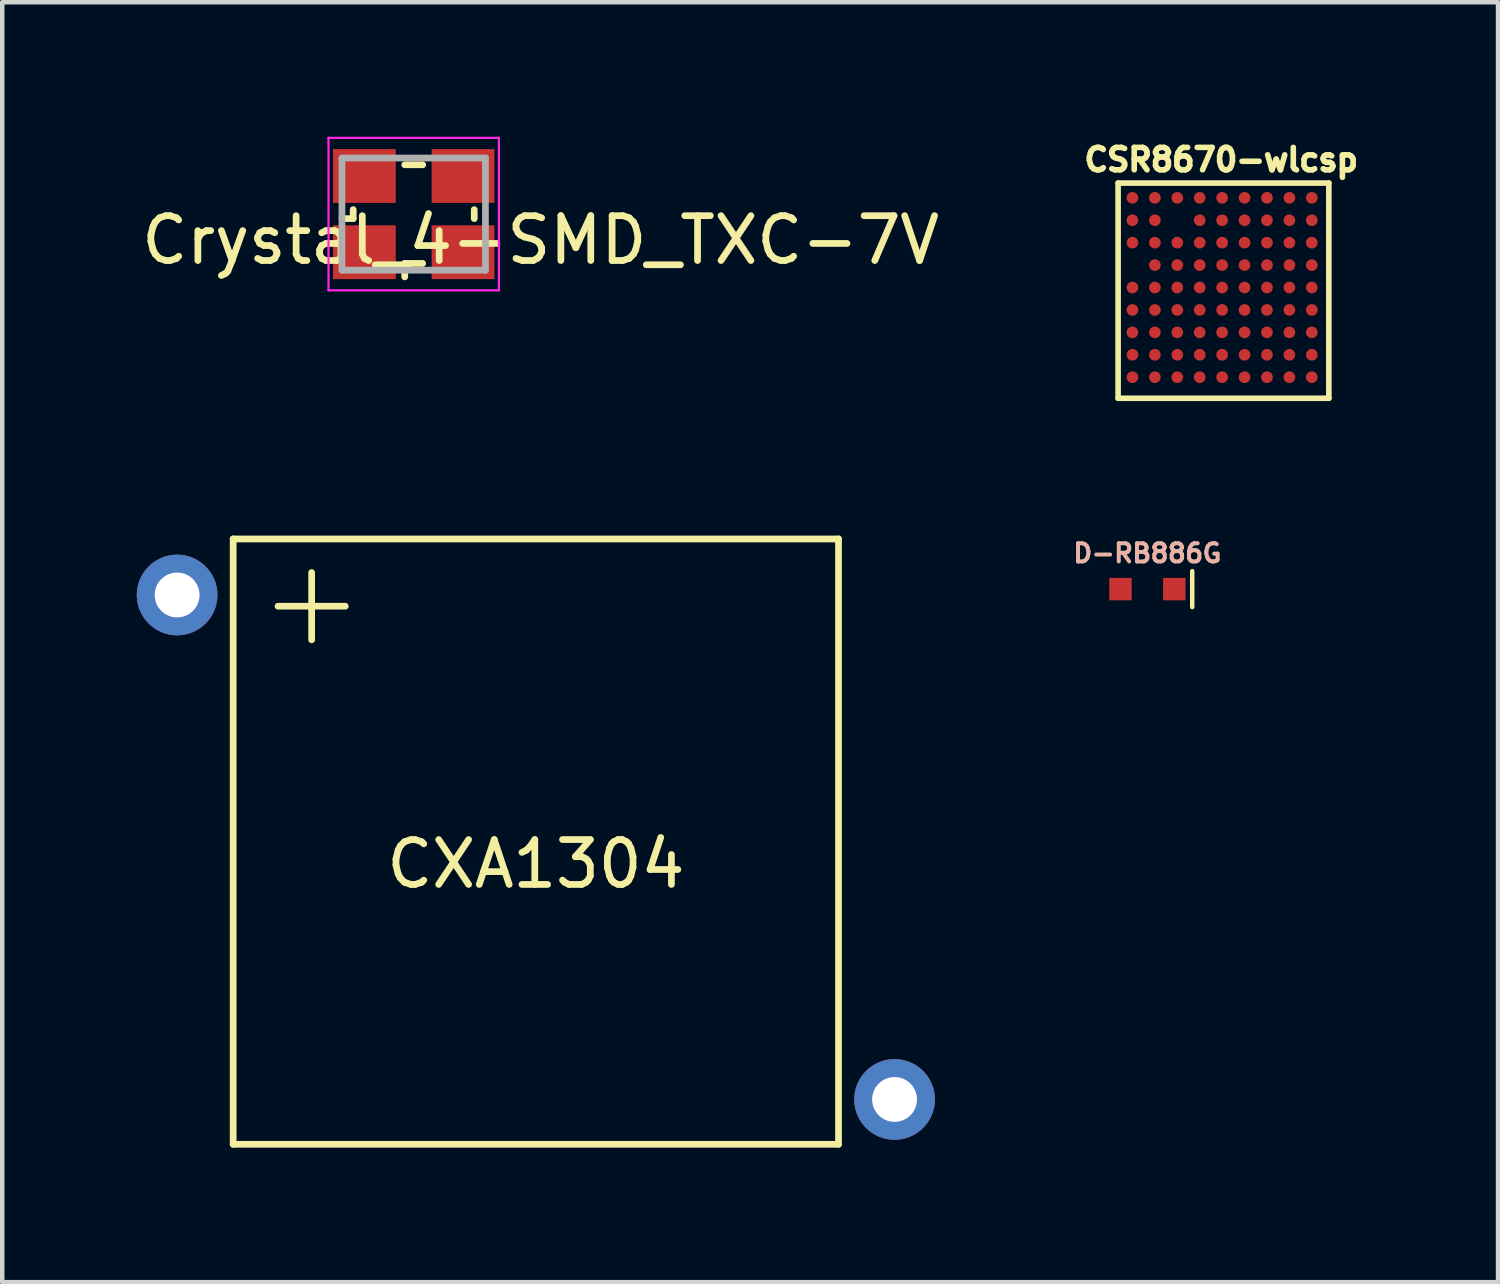
<source format=kicad_pcb>
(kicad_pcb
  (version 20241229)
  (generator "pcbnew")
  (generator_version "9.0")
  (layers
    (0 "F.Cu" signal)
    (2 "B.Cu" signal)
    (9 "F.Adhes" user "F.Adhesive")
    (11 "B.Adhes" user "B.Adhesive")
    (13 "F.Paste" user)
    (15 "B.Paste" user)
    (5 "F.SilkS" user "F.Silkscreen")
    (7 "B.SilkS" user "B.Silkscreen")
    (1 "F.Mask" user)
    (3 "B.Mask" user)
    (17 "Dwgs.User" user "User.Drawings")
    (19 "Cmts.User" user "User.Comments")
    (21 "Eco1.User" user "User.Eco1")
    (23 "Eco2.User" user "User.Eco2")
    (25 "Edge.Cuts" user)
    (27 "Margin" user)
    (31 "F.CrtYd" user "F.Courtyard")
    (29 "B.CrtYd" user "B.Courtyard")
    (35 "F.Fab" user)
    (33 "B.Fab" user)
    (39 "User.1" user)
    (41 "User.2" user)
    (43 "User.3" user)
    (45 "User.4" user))
  (footprint "D-RB886G"
    (layer "F.Cu")
    (at 22.538 10.088)
    (property "Reference" "D-RB886G" (at 0 -0.8 0) (layer "B.SilkS") (effects (font (size 0.406 0.406) (thickness 0.089))))
    (attr smd)
    (fp_line (start 1 -0.4) (end 1 0.4) (stroke (width 0.1) (type solid)) (layer "F.SilkS"))
    (pad "A" smd rect (at -0.6 0) (size 0.5 0.5) (layers "F.Cu" "F.Mask" "F.Paste"))
    (pad "C" smd rect (at 0.6 0) (size 0.5 0.5) (layers "F.Cu" "F.Mask" "F.Paste")))
  (footprint "Crystal_4-SMD_TXC-7V"
    (layer "F.Cu")
    (at 6.176 1.725)
    (property "Reference" "Crystal_4-SMD_TXC-7V" (at 2.83 0.58 180) (layer "F.SilkS") (effects (font (size 1 1) (thickness 0.15))))
    (attr smd)
    (fp_line (start -1.35 0.1) (end -1.6 0.1) (stroke (width 0.15) (type solid)) (layer "F.SilkS"))
    (fp_line (start -1.35 0.1) (end -1.35 -0.1) (stroke (width 0.15) (type solid)) (layer "F.SilkS"))
    (fp_line (start -0.2 -1.1) (end 0.2 -1.1) (stroke (width 0.15) (type solid)) (layer "F.SilkS"))
    (fp_line (start -0.2 1.1) (end -0.2 1.4) (stroke (width 0.15) (type solid)) (layer "F.SilkS"))
    (fp_line (start 0.2 1.1) (end -0.2 1.1) (stroke (width 0.15) (type solid)) (layer "F.SilkS"))
    (fp_line (start 1.35 0.1) (end 1.35 -0.1) (stroke (width 0.15) (type solid)) (layer "F.SilkS"))
    (fp_line (start -1.9 -1.7) (end -1.9 1.7) (stroke (width 0.05) (type solid)) (layer "F.CrtYd"))
    (fp_line (start -1.9 1.7) (end 1.9 1.7) (stroke (width 0.05) (type solid)) (layer "F.CrtYd"))
    (fp_line (start 1.9 -1.7) (end -1.9 -1.7) (stroke (width 0.05) (type solid)) (layer "F.CrtYd"))
    (fp_line (start 1.9 1.7) (end 1.9 -1.7) (stroke (width 0.05) (type solid)) (layer "F.CrtYd"))
    (fp_line (start -1.6 -1.25) (end -1.6 1.25) (stroke (width 0.15) (type solid)) (layer "F.Fab"))
    (fp_line (start -1.6 1.25) (end 1.6 1.25) (stroke (width 0.15) (type solid)) (layer "F.Fab"))
    (fp_line (start 1.6 -1.25) (end -1.6 -1.25) (stroke (width 0.15) (type solid)) (layer "F.Fab"))
    (fp_line (start 1.6 1.25) (end 1.6 -1.25) (stroke (width 0.15) (type solid)) (layer "F.Fab"))
    (pad "1" smd rect (at -1.1 0.85) (size 1.4 1.2) (layers "F.Cu" "F.Mask" "F.Paste"))
    (pad "2" smd rect (at 1.1 -0.85) (size 1.4 1.2) (layers "F.Cu" "F.Mask" "F.Paste"))
    (pad "3" smd rect (at -1.1 -0.85) (size 1.4 1.2) (layers "F.Cu" "F.Mask" "F.Paste"))
    (pad "3" smd rect (at 1.1 0.85) (size 1.4 1.2) (layers "F.Cu" "F.Mask" "F.Paste")))
  (footprint "CXA1304"
    (layer "F.Cu")
    (at 8.9 15.719)
    (property "Reference" "CXA1304" (at 0 0.5 0) (layer "F.SilkS") (effects (font (size 1 1) (thickness 0.15))))
    (attr through_hole)
    (fp_line (start -6.75 -6.75) (end 6.75 -6.75) (stroke (width 0.15) (type solid)) (layer "F.SilkS"))
    (fp_line (start -6.75 6.75) (end -6.75 -6.75) (stroke (width 0.15) (type solid)) (layer "F.SilkS"))
    (fp_line (start -5.75 -5.25) (end -4.25 -5.25) (stroke (width 0.15) (type solid)) (layer "F.SilkS"))
    (fp_line (start -5 -6) (end -5 -4.5) (stroke (width 0.15) (type solid)) (layer "F.SilkS"))
    (fp_line (start 6.75 -6.75) (end 6.75 6.75) (stroke (width 0.15) (type solid)) (layer "F.SilkS"))
    (fp_line (start 6.75 6.75) (end -6.75 6.75) (stroke (width 0.15) (type solid)) (layer "F.SilkS"))
    (pad "1" thru_hole circle (at -8 -5.5) (size 1.8 1.8) (drill 1) (layers "*.Cu" "*.Mask"))
    (pad "2" thru_hole circle (at 8 5.75) (size 1.8 1.8) (drill 1) (layers "*.Cu" "*.Mask")))
  (footprint "CSR8670-wlcsp"
    (layer "F.Cu")
    (at 24.235 3.482)
    (property "Reference" "CSR8670-wlcsp" (at -0.05 -2.97 0) (layer "F.SilkS") (effects (font (size 0.5 0.5) (thickness 0.125))))
    (attr through_hole)
    (fp_line (start -2.35 -2.45) (end 2.35 -2.45) (stroke (width 0.125) (type solid)) (layer "F.SilkS"))
    (fp_line (start -2.35 2.35) (end -2.35 -2.45) (stroke (width 0.125) (type solid)) (layer "F.SilkS"))
    (fp_line (start 2.35 -2.45) (end 2.35 2.35) (stroke (width 0.125) (type solid)) (layer "F.SilkS"))
    (fp_line (start 2.35 2.35) (end -2.35 2.35) (stroke (width 0.125) (type solid)) (layer "F.SilkS"))
    (pad "A1" smd circle (at -2.03 -2.12 180) (size 0.26 0.26) (layers "F.Cu" "F.Mask" "F.Paste"))
    (pad "A2" smd circle (at -1.53 -2.12 180) (size 0.26 0.26) (layers "F.Cu" "F.Mask" "F.Paste"))
    (pad "A3" smd circle (at -1.03 -2.12 180) (size 0.26 0.26) (layers "F.Cu" "F.Mask" "F.Paste"))
    (pad "A4" smd circle (at -0.53 -2.12 180) (size 0.26 0.26) (layers "F.Cu" "F.Mask" "F.Paste"))
    (pad "A5" smd circle (at -0.03 -2.12 180) (size 0.26 0.26) (layers "F.Cu" "F.Mask" "F.Paste"))
    (pad "A6" smd circle (at 0.47 -2.12 180) (size 0.26 0.26) (layers "F.Cu" "F.Mask" "F.Paste"))
    (pad "A7" smd circle (at 0.97 -2.12 180) (size 0.26 0.26) (layers "F.Cu" "F.Mask" "F.Paste"))
    (pad "A8" smd circle (at 1.47 -2.12 180) (size 0.26 0.26) (layers "F.Cu" "F.Mask" "F.Paste"))
    (pad "A9" smd circle (at 1.97 -2.12 180) (size 0.26 0.26) (layers "F.Cu" "F.Mask" "F.Paste"))
    (pad "B1" smd circle (at -2.03 -1.62 180) (size 0.26 0.26) (layers "F.Cu" "F.Mask" "F.Paste"))
    (pad "B2" smd circle (at -1.53 -1.62 180) (size 0.26 0.26) (layers "F.Cu" "F.Mask" "F.Paste"))
    (pad "B4" smd circle (at -0.53 -1.62 180) (size 0.26 0.26) (layers "F.Cu" "F.Mask" "F.Paste"))
    (pad "B5" smd circle (at -0.03 -1.62 180) (size 0.26 0.26) (layers "F.Cu" "F.Mask" "F.Paste"))
    (pad "B6" smd circle (at 0.47 -1.62 180) (size 0.26 0.26) (layers "F.Cu" "F.Mask" "F.Paste"))
    (pad "B7" smd circle (at 0.97 -1.62 180) (size 0.26 0.26) (layers "F.Cu" "F.Mask" "F.Paste"))
    (pad "B8" smd circle (at 1.47 -1.62 180) (size 0.26 0.26) (layers "F.Cu" "F.Mask" "F.Paste"))
    (pad "B9" smd circle (at 1.97 -1.62 180) (size 0.26 0.26) (layers "F.Cu" "F.Mask" "F.Paste"))
    (pad "C1" smd circle (at -2.03 -1.12 180) (size 0.26 0.26) (layers "F.Cu" "F.Mask" "F.Paste"))
    (pad "C2" smd circle (at -1.53 -1.12 180) (size 0.26 0.26) (layers "F.Cu" "F.Mask" "F.Paste"))
    (pad "C3" smd circle (at -1.03 -1.12 180) (size 0.26 0.26) (layers "F.Cu" "F.Mask" "F.Paste"))
    (pad "C4" smd circle (at -0.53 -1.12 180) (size 0.26 0.26) (layers "F.Cu" "F.Mask" "F.Paste"))
    (pad "C5" smd circle (at -0.03 -1.12 180) (size 0.26 0.26) (layers "F.Cu" "F.Mask" "F.Paste"))
    (pad "C6" smd circle (at 0.47 -1.12 180) (size 0.26 0.26) (layers "F.Cu" "F.Mask" "F.Paste"))
    (pad "C7" smd circle (at 0.97 -1.12 180) (size 0.26 0.26) (layers "F.Cu" "F.Mask" "F.Paste"))
    (pad "C8" smd circle (at 1.47 -1.12 180) (size 0.26 0.26) (layers "F.Cu" "F.Mask" "F.Paste"))
    (pad "C9" smd circle (at 1.97 -1.12 180) (size 0.26 0.26) (layers "F.Cu" "F.Mask" "F.Paste"))
    (pad "D2" smd circle (at -1.53 -0.62 180) (size 0.26 0.26) (layers "F.Cu" "F.Mask" "F.Paste"))
    (pad "D3" smd circle (at -1.03 -0.62 180) (size 0.26 0.26) (layers "F.Cu" "F.Mask" "F.Paste"))
    (pad "D4" smd circle (at -0.53 -0.62 180) (size 0.26 0.26) (layers "F.Cu" "F.Mask" "F.Paste"))
    (pad "D5" smd circle (at -0.03 -0.62 180) (size 0.26 0.26) (layers "F.Cu" "F.Mask" "F.Paste"))
    (pad "D6" smd circle (at 0.47 -0.62 180) (size 0.26 0.26) (layers "F.Cu" "F.Mask" "F.Paste"))
    (pad "D7" smd circle (at 0.97 -0.62 180) (size 0.26 0.26) (layers "F.Cu" "F.Mask" "F.Paste"))
    (pad "D8" smd circle (at 1.47 -0.62 180) (size 0.26 0.26) (layers "F.Cu" "F.Mask" "F.Paste"))
    (pad "D9" smd circle (at 1.97 -0.62 180) (size 0.26 0.26) (layers "F.Cu" "F.Mask" "F.Paste"))
    (pad "E1" smd circle (at -2.03 -0.12 180) (size 0.26 0.26) (layers "F.Cu" "F.Mask" "F.Paste"))
    (pad "E2" smd circle (at -1.53 -0.12 180) (size 0.26 0.26) (layers "F.Cu" "F.Mask" "F.Paste"))
    (pad "E3" smd circle (at -1.03 -0.12 180) (size 0.26 0.26) (layers "F.Cu" "F.Mask" "F.Paste"))
    (pad "E4" smd circle (at -0.53 -0.12 180) (size 0.26 0.26) (layers "F.Cu" "F.Mask" "F.Paste"))
    (pad "E5" smd circle (at -0.03 -0.12 180) (size 0.26 0.26) (layers "F.Cu" "F.Mask" "F.Paste"))
    (pad "E6" smd circle (at 0.47 -0.12 180) (size 0.26 0.26) (layers "F.Cu" "F.Mask" "F.Paste"))
    (pad "E7" smd circle (at 0.97 -0.12 180) (size 0.26 0.26) (layers "F.Cu" "F.Mask" "F.Paste"))
    (pad "E8" smd circle (at 1.47 -0.12 180) (size 0.26 0.26) (layers "F.Cu" "F.Mask" "F.Paste"))
    (pad "E9" smd circle (at 1.97 -0.12 180) (size 0.26 0.26) (layers "F.Cu" "F.Mask" "F.Paste"))
    (pad "F1" smd circle (at -2.03 0.38 180) (size 0.26 0.26) (layers "F.Cu" "F.Mask" "F.Paste"))
    (pad "F2" smd circle (at -1.53 0.38 180) (size 0.26 0.26) (layers "F.Cu" "F.Mask" "F.Paste"))
    (pad "F3" smd circle (at -1.03 0.38 180) (size 0.26 0.26) (layers "F.Cu" "F.Mask" "F.Paste"))
    (pad "F4" smd circle (at -0.53 0.38 180) (size 0.26 0.26) (layers "F.Cu" "F.Mask" "F.Paste"))
    (pad "F5" smd circle (at -0.03 0.38 180) (size 0.26 0.26) (layers "F.Cu" "F.Mask" "F.Paste"))
    (pad "F6" smd circle (at 0.47 0.38 180) (size 0.26 0.26) (layers "F.Cu" "F.Mask" "F.Paste"))
    (pad "F7" smd circle (at 0.97 0.38 180) (size 0.26 0.26) (layers "F.Cu" "F.Mask" "F.Paste"))
    (pad "F8" smd circle (at 1.47 0.38 180) (size 0.26 0.26) (layers "F.Cu" "F.Mask" "F.Paste"))
    (pad "F9" smd circle (at 1.97 0.38 180) (size 0.26 0.26) (layers "F.Cu" "F.Mask" "F.Paste"))
    (pad "G1" smd circle (at -2.03 0.88 180) (size 0.26 0.26) (layers "F.Cu" "F.Mask" "F.Paste"))
    (pad "G2" smd circle (at -1.53 0.88 180) (size 0.26 0.26) (layers "F.Cu" "F.Mask" "F.Paste"))
    (pad "G3" smd circle (at -1.03 0.88 180) (size 0.26 0.26) (layers "F.Cu" "F.Mask" "F.Paste"))
    (pad "G4" smd circle (at -0.53 0.88 180) (size 0.26 0.26) (layers "F.Cu" "F.Mask" "F.Paste"))
    (pad "G5" smd circle (at -0.03 0.88 180) (size 0.26 0.26) (layers "F.Cu" "F.Mask" "F.Paste"))
    (pad "G6" smd circle (at 0.47 0.88 180) (size 0.26 0.26) (layers "F.Cu" "F.Mask" "F.Paste"))
    (pad "G7" smd circle (at 0.97 0.88 180) (size 0.26 0.26) (layers "F.Cu" "F.Mask" "F.Paste"))
    (pad "G8" smd circle (at 1.47 0.88 180) (size 0.26 0.26) (layers "F.Cu" "F.Mask" "F.Paste"))
    (pad "G9" smd circle (at 1.97 0.88 180) (size 0.26 0.26) (layers "F.Cu" "F.Mask" "F.Paste"))
    (pad "H1" smd circle (at -2.03 1.38 180) (size 0.26 0.26) (layers "F.Cu" "F.Mask" "F.Paste"))
    (pad "H2" smd circle (at -1.53 1.38 180) (size 0.26 0.26) (layers "F.Cu" "F.Mask" "F.Paste"))
    (pad "H3" smd circle (at -1.03 1.38 180) (size 0.26 0.26) (layers "F.Cu" "F.Mask" "F.Paste"))
    (pad "H4" smd circle (at -0.53 1.38 180) (size 0.26 0.26) (layers "F.Cu" "F.Mask" "F.Paste"))
    (pad "H5" smd circle (at -0.03 1.38 180) (size 0.26 0.26) (layers "F.Cu" "F.Mask" "F.Paste"))
    (pad "H6" smd circle (at 0.47 1.38 180) (size 0.26 0.26) (layers "F.Cu" "F.Mask" "F.Paste"))
    (pad "H7" smd circle (at 0.97 1.38 180) (size 0.26 0.26) (layers "F.Cu" "F.Mask" "F.Paste"))
    (pad "H8" smd circle (at 1.47 1.38 180) (size 0.26 0.26) (layers "F.Cu" "F.Mask" "F.Paste"))
    (pad "H9" smd circle (at 1.97 1.38 180) (size 0.26 0.26) (layers "F.Cu" "F.Mask" "F.Paste"))
    (pad "J1" smd circle (at -2.03 1.88 180) (size 0.26 0.26) (layers "F.Cu" "F.Mask" "F.Paste"))
    (pad "J2" smd circle (at -1.53 1.88 180) (size 0.26 0.26) (layers "F.Cu" "F.Mask" "F.Paste"))
    (pad "J3" smd circle (at -1.03 1.88 180) (size 0.26 0.26) (layers "F.Cu" "F.Mask" "F.Paste"))
    (pad "J4" smd circle (at -0.53 1.88 180) (size 0.26 0.26) (layers "F.Cu" "F.Mask" "F.Paste"))
    (pad "J5" smd circle (at -0.03 1.88 180) (size 0.26 0.26) (layers "F.Cu" "F.Mask" "F.Paste"))
    (pad "J6" smd circle (at 0.47 1.88 180) (size 0.26 0.26) (layers "F.Cu" "F.Mask" "F.Paste"))
    (pad "J7" smd circle (at 0.97 1.88 180) (size 0.26 0.26) (layers "F.Cu" "F.Mask" "F.Paste"))
    (pad "J8" smd circle (at 1.47 1.88 180) (size 0.26 0.26) (layers "F.Cu" "F.Mask" "F.Paste"))
    (pad "J9" smd circle (at 1.97 1.88 180) (size 0.26 0.26) (layers "F.Cu" "F.Mask" "F.Paste")))
  (gr_rect
    (start -3 -3)
    (end 30.358 25.544)
    (stroke (width 0.1) (type default))
    (fill no)
    (layer "Edge.Cuts")))
</source>
